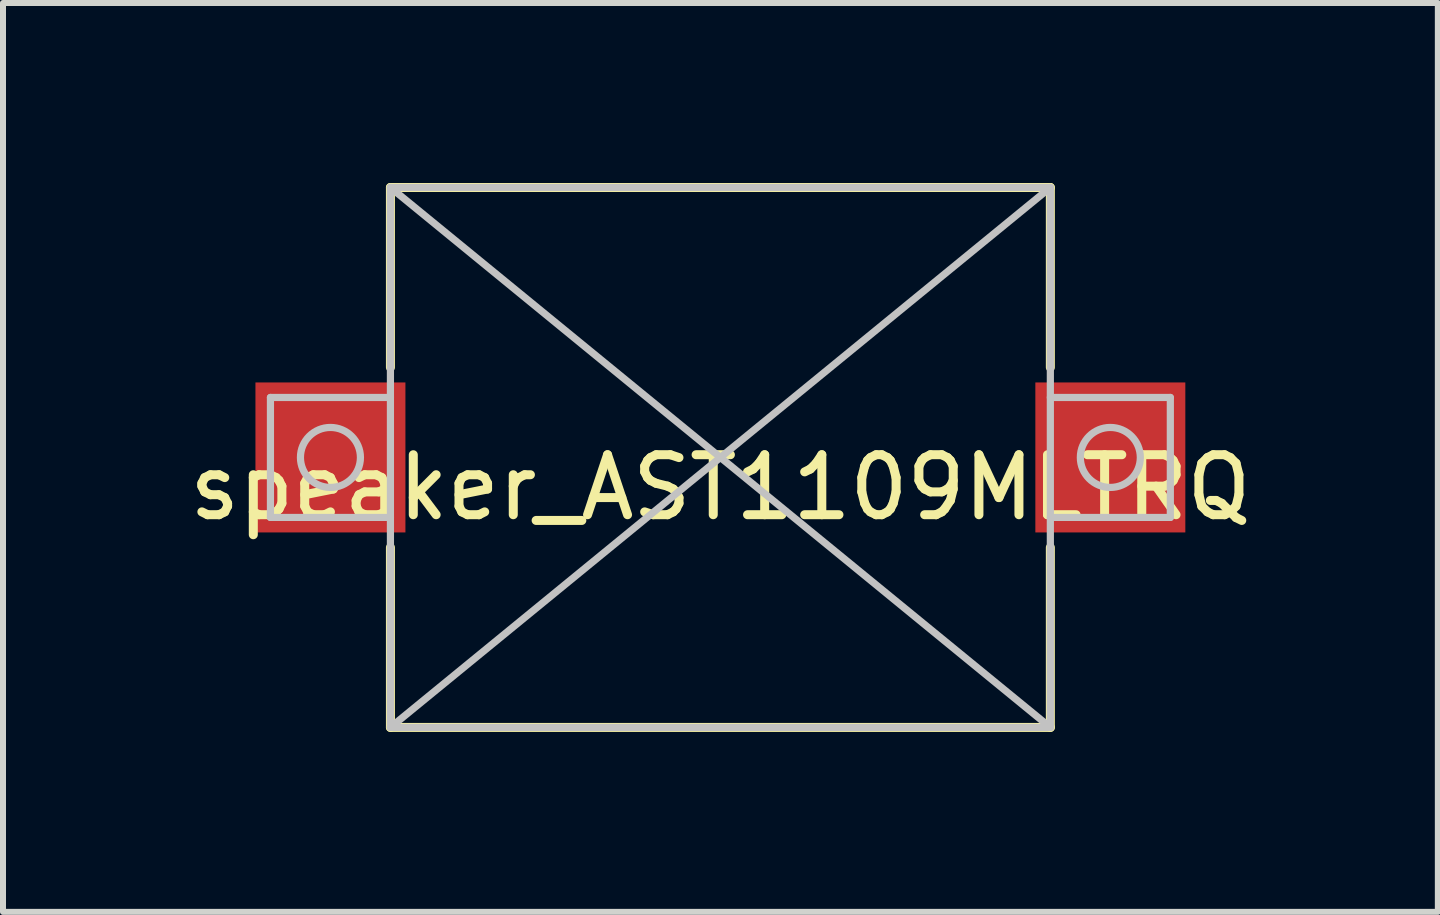
<source format=kicad_pcb>
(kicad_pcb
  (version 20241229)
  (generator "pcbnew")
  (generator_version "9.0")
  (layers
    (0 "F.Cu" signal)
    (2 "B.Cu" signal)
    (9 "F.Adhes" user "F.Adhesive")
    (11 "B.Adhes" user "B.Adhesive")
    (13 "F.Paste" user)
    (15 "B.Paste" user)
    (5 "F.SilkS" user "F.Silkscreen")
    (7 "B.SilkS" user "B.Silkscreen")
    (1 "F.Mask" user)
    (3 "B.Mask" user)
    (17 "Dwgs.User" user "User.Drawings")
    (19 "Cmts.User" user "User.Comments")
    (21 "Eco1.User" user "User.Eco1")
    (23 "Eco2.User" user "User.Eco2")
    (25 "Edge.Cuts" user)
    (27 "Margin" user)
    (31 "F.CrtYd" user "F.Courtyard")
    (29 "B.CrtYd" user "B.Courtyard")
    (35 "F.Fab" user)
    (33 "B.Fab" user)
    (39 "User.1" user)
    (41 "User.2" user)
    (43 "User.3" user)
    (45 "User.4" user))
  (footprint "speaker_AST1109MLTRQ"
    (layer "F.Cu")
    (at 8.958 4.575)
    (property "Reference" "speaker_AST1109MLTRQ" (at 0 0.5 0) (unlocked yes) (layer "F.SilkS") (effects (font (size 1 1) (thickness 0.15))))
    (attr through_hole)
    (fp_line (start -5.5 -4.5) (end 5.5 -4.5) (stroke (width 0.15) (type solid)) (layer "F.SilkS"))
    (fp_line (start -5.5 -1.5) (end -5.5 -4.5) (stroke (width 0.15) (type solid)) (layer "F.SilkS"))
    (fp_line (start -5.5 4.5) (end -5.5 1.5) (stroke (width 0.15) (type solid)) (layer "F.SilkS"))
    (fp_line (start 5.5 -4.5) (end 5.5 -1.5) (stroke (width 0.15) (type solid)) (layer "F.SilkS"))
    (fp_line (start 5.5 1.5) (end 5.5 4.5) (stroke (width 0.15) (type solid)) (layer "F.SilkS"))
    (fp_line (start 5.5 4.5) (end -5.5 4.5) (stroke (width 0.15) (type solid)) (layer "F.SilkS"))
    (fp_line (start -7.5 -1) (end -7.5 1) (stroke (width 0.12) (type solid)) (layer "Dwgs.User"))
    (fp_line (start -7.5 1) (end -5.5 1) (stroke (width 0.12) (type solid)) (layer "Dwgs.User"))
    (fp_line (start -5.5 -4.5) (end -5.5 4.5) (stroke (width 0.12) (type solid)) (layer "Dwgs.User"))
    (fp_line (start -5.5 -4.5) (end 5.5 4.5) (stroke (width 0.12) (type solid)) (layer "Dwgs.User"))
    (fp_line (start -5.5 -1) (end -7.5 -1) (stroke (width 0.12) (type solid)) (layer "Dwgs.User"))
    (fp_line (start -5.5 4.5) (end 5.5 4.5) (stroke (width 0.12) (type solid)) (layer "Dwgs.User"))
    (fp_line (start 5.5 -4.5) (end -5.5 -4.5) (stroke (width 0.12) (type solid)) (layer "Dwgs.User"))
    (fp_line (start 5.5 -4.5) (end -5.5 4.5) (stroke (width 0.12) (type solid)) (layer "Dwgs.User"))
    (fp_line (start 5.5 -1) (end 7.5 -1) (stroke (width 0.12) (type solid)) (layer "Dwgs.User"))
    (fp_line (start 5.5 4.5) (end 5.5 -4.5) (stroke (width 0.12) (type solid)) (layer "Dwgs.User"))
    (fp_line (start 7.5 -1) (end 7.5 1) (stroke (width 0.12) (type solid)) (layer "Dwgs.User"))
    (fp_line (start 7.5 1) (end 5.5 1) (stroke (width 0.12) (type solid)) (layer "Dwgs.User"))
    (fp_circle (center -6.5 0) (end -6.5 0.5) (stroke (width 0.12) (type solid)) (fill no) (layer "Dwgs.User"))
    (fp_circle (center 6.5 0) (end 6.5 0.5) (stroke (width 0.12) (type solid)) (fill no) (layer "Dwgs.User"))
    (pad "1" smd rect (at -6.5 0 180) (size 2.5 2.5) (layers "F.Cu" "F.Mask" "F.Paste"))
    (pad "2" smd rect (at 6.5 0 180) (size 2.5 2.5) (layers "F.Cu" "F.Mask" "F.Paste")))
  (gr_rect
    (start -3 -3)
    (end 20.917 12.15)
    (stroke (width 0.1) (type default))
    (fill no)
    (layer "Edge.Cuts")))
</source>
